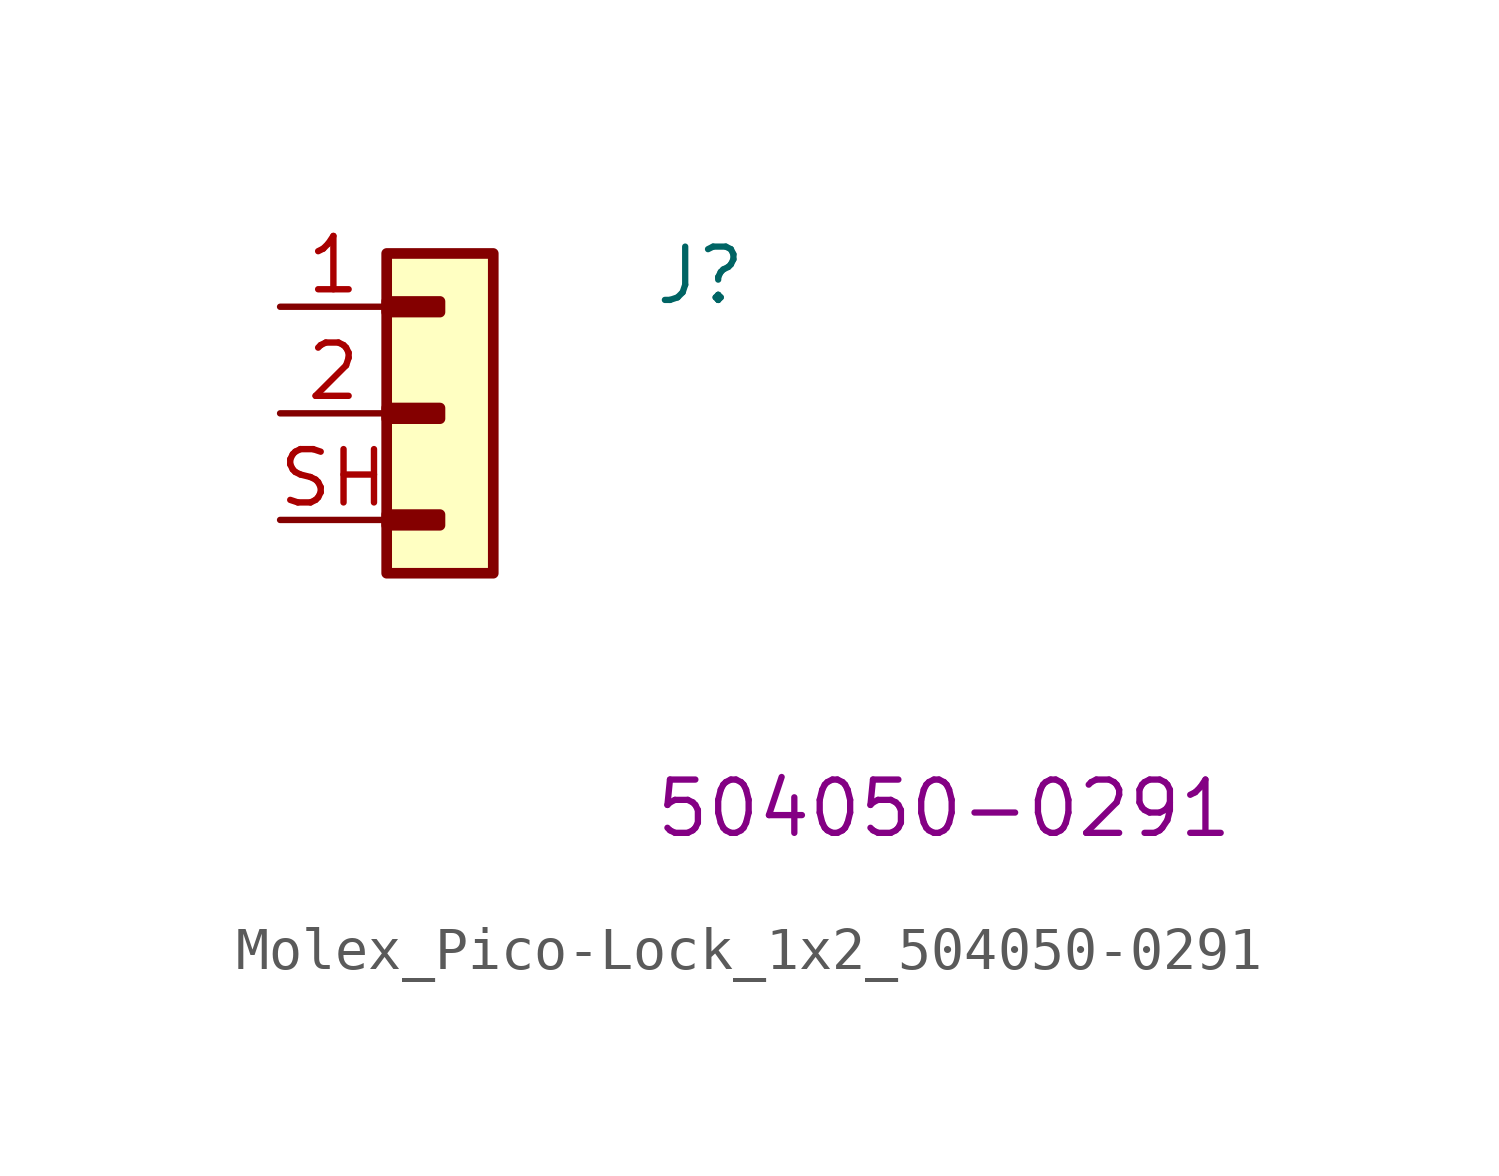
<source format=kicad_sym>
(kicad_symbol_lib
  (version 20220914)
  (generator kicad_symbol_editor)
  (symbol "Molex_Pico-Lock_1x2_504050-0291"
    (pin_names hide)
    (property "Reference" "J"
      (at 8.89 0 0)
      (effects (font (size 1.27 1.27) (thickness 0.15)) (justify left bottom)))
    (property "MPN" "504050-0291"
      (at 8.89 -12.7 0)
      (effects (font (size 1.27 1.27) (thickness 0.15)) (justify left bottom)))
    (symbol "Molex_Pico-Lock_1x2_504050-0291_1_1"
      (rectangle (start 2.54 -4.953) (end 3.81 -5.207) (stroke (width 0.254) (type default)) (fill (type background)))
      (rectangle (start 2.54 -2.413) (end 3.81 -2.667) (stroke (width 0.254) (type default)) (fill (type background)))
      (rectangle (start 2.54 0.127) (end 3.81 -0.127) (stroke (width 0.254) (type default)) (fill (type background)))
      (rectangle (start 2.54 1.27) (end 5.08 -6.35) (stroke (width 0.254) (type default)) (fill (type background)))
      (pin passive line (at 0 0 0) (length 2.54) (name "1" (effects (font (size 1.27 1.27)))) (number "1" (effects (font (size 1.27 1.27)))))
      (pin passive line (at 0 -2.54 0) (length 2.54) (name "2" (effects (font (size 1.27 1.27)))) (number "2" (effects (font (size 1.27 1.27)))))
      (pin passive line (at 0 -5.08 0) (length 2.54) (name "SH" (effects (font (size 1.27 1.27)))) (number "SH" (effects (font (size 1.27 1.27)))))
      (pin passive line (at 0 -5.08 0) (length 2.54) hide (name "SH" (effects (font (size 1.27 1.27)))) (number "SH" (effects (font (size 1.27 1.27))))))))
</source>
